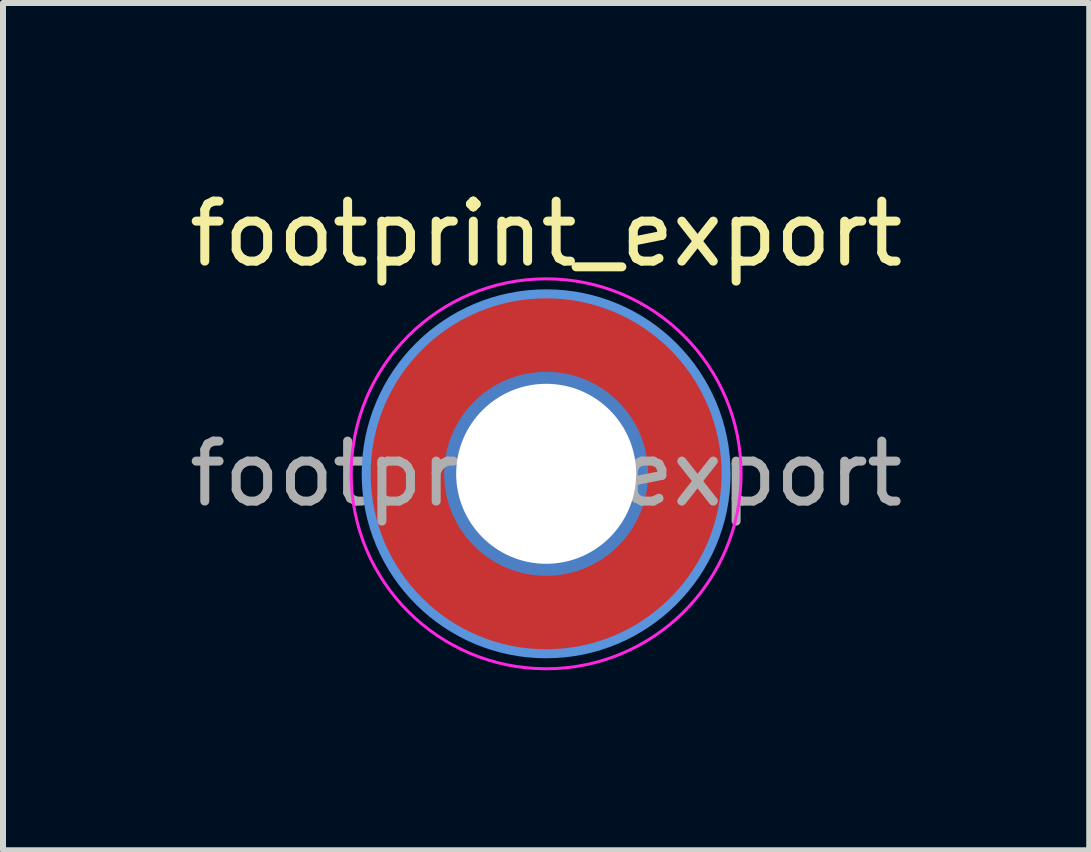
<source format=kicad_pcb>
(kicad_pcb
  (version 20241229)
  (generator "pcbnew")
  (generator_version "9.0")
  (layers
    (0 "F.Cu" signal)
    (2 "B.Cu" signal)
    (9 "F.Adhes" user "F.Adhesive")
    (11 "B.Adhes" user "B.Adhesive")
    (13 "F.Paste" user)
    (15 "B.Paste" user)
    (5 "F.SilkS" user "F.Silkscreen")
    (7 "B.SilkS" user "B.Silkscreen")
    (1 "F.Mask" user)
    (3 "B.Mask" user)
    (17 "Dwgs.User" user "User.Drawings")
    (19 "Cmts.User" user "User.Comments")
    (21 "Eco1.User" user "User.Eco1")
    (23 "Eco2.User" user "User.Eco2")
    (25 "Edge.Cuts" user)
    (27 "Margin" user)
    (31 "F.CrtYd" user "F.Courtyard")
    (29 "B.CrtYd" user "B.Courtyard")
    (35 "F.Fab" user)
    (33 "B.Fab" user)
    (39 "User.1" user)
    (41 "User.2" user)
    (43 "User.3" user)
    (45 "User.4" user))
  (footprint "footprint_export"
    (layer "F.Cu")
    (at 6.054 4.848)
    (property "Reference" "footprint_export" (at 0 -4 0) (layer "F.SilkS") (effects (font (size 1 1) (thickness 0.15))))
    (attr exclude_from_pos_files exclude_from_bom)
    (fp_circle (center 0 0) (end 3 0) (stroke (width 0.15) (type solid)) (fill no) (layer "Cmts.User"))
    (fp_circle (center 0 0) (end 3.25 0) (stroke (width 0.05) (type solid)) (fill no) (layer "F.CrtYd"))
    (fp_text user "${REFERENCE}" (at 0 0 0) (layer "F.Fab") (effects (font (size 1 1) (thickness 0.15))))
    (pad "1" thru_hole circle (at 0 0) (size 3.4 3.4) (drill 3) (layers "*.Cu" "*.Mask"))
    (pad "1" connect circle (at 0 0) (size 6 6) (layers "F.Cu" "F.Mask")))
  (gr_rect
    (start -3 -3)
    (end 15.107 11.123)
    (stroke (width 0.1) (type default))
    (fill no)
    (layer "Edge.Cuts")))
</source>
